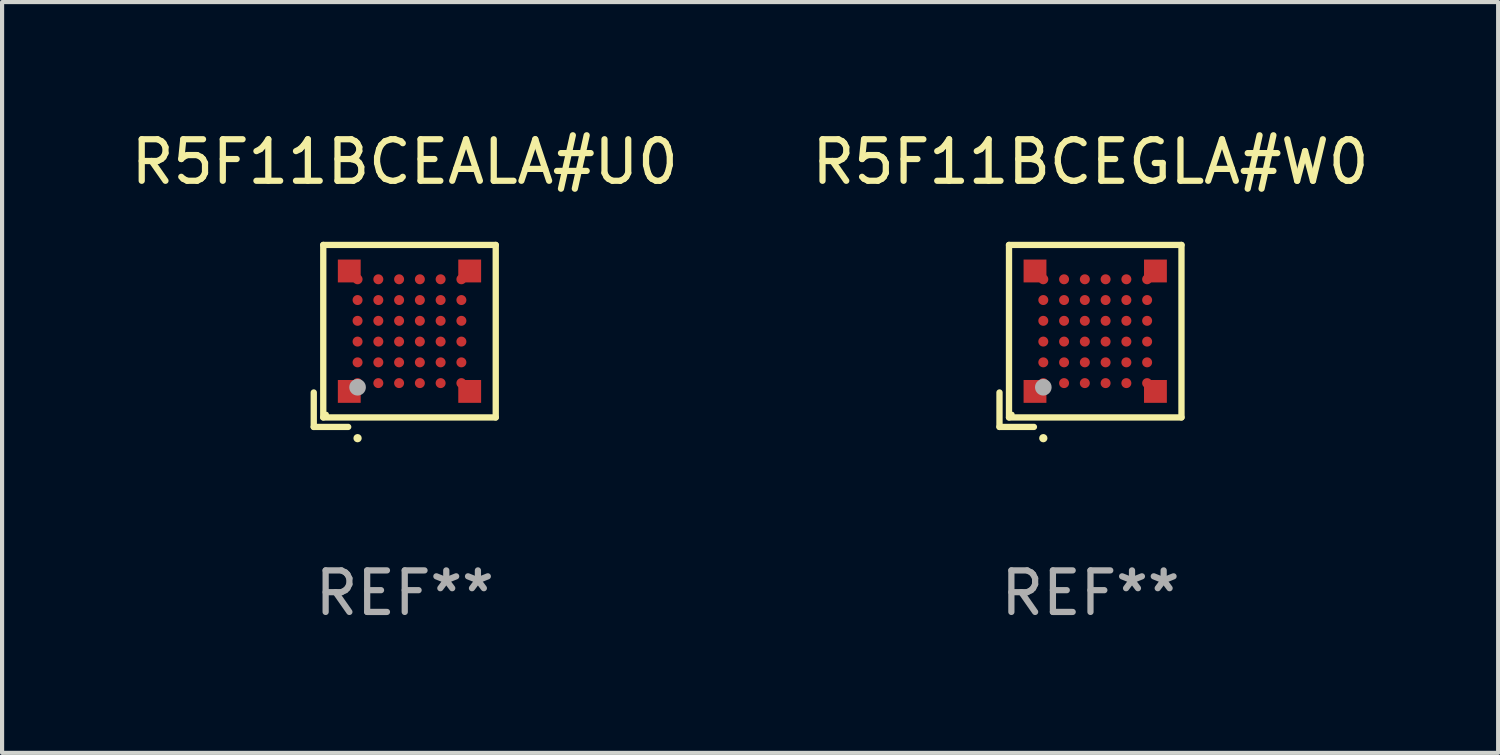
<source format=kicad_pcb>
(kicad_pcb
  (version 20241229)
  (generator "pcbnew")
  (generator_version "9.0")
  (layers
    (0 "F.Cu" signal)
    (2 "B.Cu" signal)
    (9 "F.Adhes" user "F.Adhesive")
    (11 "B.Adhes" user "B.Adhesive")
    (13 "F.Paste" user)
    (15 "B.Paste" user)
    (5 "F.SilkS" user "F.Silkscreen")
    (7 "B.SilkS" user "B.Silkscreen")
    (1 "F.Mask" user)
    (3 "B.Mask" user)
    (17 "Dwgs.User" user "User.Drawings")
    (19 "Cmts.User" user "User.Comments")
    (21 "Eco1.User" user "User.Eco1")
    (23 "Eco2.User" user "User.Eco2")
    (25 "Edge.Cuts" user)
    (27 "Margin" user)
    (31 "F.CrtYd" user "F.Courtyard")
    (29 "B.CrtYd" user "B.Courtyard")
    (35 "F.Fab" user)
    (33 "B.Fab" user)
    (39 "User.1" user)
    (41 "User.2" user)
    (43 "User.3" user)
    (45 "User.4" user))
  (footprint "R5F11BCEGLA#W0"
    (layer "F.Cu")
    (at 23.208 5.039)
    (property "Reference" "R5F11BCEGLA#W0" (at 0 -4.191 0) (layer "F.SilkS") (effects (font (size 1 1) (thickness 0.15))))
    (attr through_hole)
    (fp_line (start -2.191 1.362) (end -2.191 2.191) (stroke (width 0.152) (type solid)) (layer "F.SilkS"))
    (fp_line (start -2.191 2.191) (end -1.362 2.191) (stroke (width 0.152) (type solid)) (layer "F.SilkS"))
    (fp_line (start -1.962 -2.191) (end 2.191 -2.191) (stroke (width 0.152) (type solid)) (layer "F.SilkS"))
    (fp_line (start -1.962 1.962) (end -1.962 -2.191) (stroke (width 0.152) (type solid)) (layer "F.SilkS"))
    (fp_line (start 2.191 -2.191) (end 2.191 1.962) (stroke (width 0.152) (type solid)) (layer "F.SilkS"))
    (fp_line (start 2.191 1.962) (end -1.962 1.962) (stroke (width 0.152) (type solid)) (layer "F.SilkS"))
    (fp_circle (center -1.886 1.886) (end -1.856 1.886) (stroke (width 0.06) (type solid)) (fill no) (layer "F.SilkS"))
    (fp_circle (center -1.136 2.462) (end -1.086 2.462) (stroke (width 0.1) (type solid)) (fill no) (layer "F.SilkS"))
    (fp_circle (center -1.136 1.236) (end -1.036 1.236) (stroke (width 0.2) (type solid)) (fill no) (layer "F.Fab"))
    (fp_text user "REF**" (at 0 6.191 0) (layer "F.Fab") (effects (font (size 1 1) (thickness 0.15))))
    (pad "A1" smd rect (at -1.336 1.336) (size 0.55 0.55) (layers "F.Cu" "F.Mask" "F.Paste"))
    (pad "A1" smd circle (at -1.136 1.136) (size 0.24 0.24) (layers "F.Cu" "F.Mask" "F.Paste"))
    (pad "A2" smd circle (at -1.136 0.636) (size 0.24 0.24) (layers "F.Cu" "F.Mask" "F.Paste"))
    (pad "A3" smd circle (at -1.136 0.136) (size 0.24 0.24) (layers "F.Cu" "F.Mask" "F.Paste"))
    (pad "A4" smd circle (at -1.136 -0.364) (size 0.24 0.24) (layers "F.Cu" "F.Mask" "F.Paste"))
    (pad "A5" smd circle (at -1.136 -0.864) (size 0.24 0.24) (layers "F.Cu" "F.Mask" "F.Paste"))
    (pad "A6" smd rect (at -1.336 -1.564) (size 0.55 0.55) (layers "F.Cu" "F.Mask" "F.Paste"))
    (pad "A6" smd circle (at -1.136 -1.364) (size 0.24 0.24) (layers "F.Cu" "F.Mask" "F.Paste"))
    (pad "B1" smd circle (at -0.636 1.136) (size 0.24 0.24) (layers "F.Cu" "F.Mask" "F.Paste"))
    (pad "B2" smd circle (at -0.636 0.636) (size 0.24 0.24) (layers "F.Cu" "F.Mask" "F.Paste"))
    (pad "B3" smd circle (at -0.636 0.136) (size 0.24 0.24) (layers "F.Cu" "F.Mask" "F.Paste"))
    (pad "B4" smd circle (at -0.636 -0.364) (size 0.24 0.24) (layers "F.Cu" "F.Mask" "F.Paste"))
    (pad "B5" smd circle (at -0.636 -0.864) (size 0.24 0.24) (layers "F.Cu" "F.Mask" "F.Paste"))
    (pad "B6" smd circle (at -0.636 -1.364) (size 0.24 0.24) (layers "F.Cu" "F.Mask" "F.Paste"))
    (pad "C1" smd circle (at -0.136 1.136) (size 0.24 0.24) (layers "F.Cu" "F.Mask" "F.Paste"))
    (pad "C2" smd circle (at -0.136 0.636) (size 0.24 0.24) (layers "F.Cu" "F.Mask" "F.Paste"))
    (pad "C3" smd circle (at -0.136 0.136) (size 0.24 0.24) (layers "F.Cu" "F.Mask" "F.Paste"))
    (pad "C4" smd circle (at -0.136 -0.364) (size 0.24 0.24) (layers "F.Cu" "F.Mask" "F.Paste"))
    (pad "C5" smd circle (at -0.136 -0.864) (size 0.24 0.24) (layers "F.Cu" "F.Mask" "F.Paste"))
    (pad "C6" smd circle (at -0.136 -1.364) (size 0.24 0.24) (layers "F.Cu" "F.Mask" "F.Paste"))
    (pad "D1" smd circle (at 0.364 1.136) (size 0.24 0.24) (layers "F.Cu" "F.Mask" "F.Paste"))
    (pad "D2" smd circle (at 0.364 0.636) (size 0.24 0.24) (layers "F.Cu" "F.Mask" "F.Paste"))
    (pad "D3" smd circle (at 0.364 0.136) (size 0.24 0.24) (layers "F.Cu" "F.Mask" "F.Paste"))
    (pad "D4" smd circle (at 0.364 -0.364) (size 0.24 0.24) (layers "F.Cu" "F.Mask" "F.Paste"))
    (pad "D5" smd circle (at 0.364 -0.864) (size 0.24 0.24) (layers "F.Cu" "F.Mask" "F.Paste"))
    (pad "D6" smd circle (at 0.364 -1.364) (size 0.24 0.24) (layers "F.Cu" "F.Mask" "F.Paste"))
    (pad "E1" smd circle (at 0.864 1.136) (size 0.24 0.24) (layers "F.Cu" "F.Mask" "F.Paste"))
    (pad "E2" smd circle (at 0.864 0.636) (size 0.24 0.24) (layers "F.Cu" "F.Mask" "F.Paste"))
    (pad "E3" smd circle (at 0.864 0.136) (size 0.24 0.24) (layers "F.Cu" "F.Mask" "F.Paste"))
    (pad "E4" smd circle (at 0.864 -0.364) (size 0.24 0.24) (layers "F.Cu" "F.Mask" "F.Paste"))
    (pad "E5" smd circle (at 0.864 -0.864) (size 0.24 0.24) (layers "F.Cu" "F.Mask" "F.Paste"))
    (pad "E6" smd circle (at 0.864 -1.364) (size 0.24 0.24) (layers "F.Cu" "F.Mask" "F.Paste"))
    (pad "F1" smd circle (at 1.364 1.136) (size 0.24 0.24) (layers "F.Cu" "F.Mask" "F.Paste"))
    (pad "F1" smd rect (at 1.564 1.336) (size 0.55 0.55) (layers "F.Cu" "F.Mask" "F.Paste"))
    (pad "F2" smd circle (at 1.364 0.636) (size 0.24 0.24) (layers "F.Cu" "F.Mask" "F.Paste"))
    (pad "F3" smd circle (at 1.364 0.136) (size 0.24 0.24) (layers "F.Cu" "F.Mask" "F.Paste"))
    (pad "F4" smd circle (at 1.364 -0.364) (size 0.24 0.24) (layers "F.Cu" "F.Mask" "F.Paste"))
    (pad "F5" smd circle (at 1.364 -0.864) (size 0.24 0.24) (layers "F.Cu" "F.Mask" "F.Paste"))
    (pad "F6" smd circle (at 1.364 -1.364) (size 0.24 0.24) (layers "F.Cu" "F.Mask" "F.Paste"))
    (pad "F6" smd rect (at 1.564 -1.564) (size 0.55 0.55) (layers "F.Cu" "F.Mask" "F.Paste")))
  (footprint "R5F11BCEALA#U0"
    (layer "F.Cu")
    (at 6.696 5.039)
    (property "Reference" "R5F11BCEALA#U0" (at 0 -4.191 0) (layer "F.SilkS") (effects (font (size 1 1) (thickness 0.15))))
    (attr through_hole)
    (fp_line (start -2.191 1.362) (end -2.191 2.191) (stroke (width 0.152) (type solid)) (layer "F.SilkS"))
    (fp_line (start -2.191 2.191) (end -1.362 2.191) (stroke (width 0.152) (type solid)) (layer "F.SilkS"))
    (fp_line (start -1.962 -2.191) (end 2.191 -2.191) (stroke (width 0.152) (type solid)) (layer "F.SilkS"))
    (fp_line (start -1.962 1.962) (end -1.962 -2.191) (stroke (width 0.152) (type solid)) (layer "F.SilkS"))
    (fp_line (start 2.191 -2.191) (end 2.191 1.962) (stroke (width 0.152) (type solid)) (layer "F.SilkS"))
    (fp_line (start 2.191 1.962) (end -1.962 1.962) (stroke (width 0.152) (type solid)) (layer "F.SilkS"))
    (fp_circle (center -1.886 1.886) (end -1.856 1.886) (stroke (width 0.06) (type solid)) (fill no) (layer "F.SilkS"))
    (fp_circle (center -1.136 2.462) (end -1.086 2.462) (stroke (width 0.1) (type solid)) (fill no) (layer "F.SilkS"))
    (fp_circle (center -1.136 1.236) (end -1.036 1.236) (stroke (width 0.2) (type solid)) (fill no) (layer "F.Fab"))
    (fp_text user "REF**" (at 0 6.191 0) (layer "F.Fab") (effects (font (size 1 1) (thickness 0.15))))
    (pad "A1" smd rect (at -1.336 1.336) (size 0.55 0.55) (layers "F.Cu" "F.Mask" "F.Paste"))
    (pad "A1" smd circle (at -1.136 1.136) (size 0.24 0.24) (layers "F.Cu" "F.Mask" "F.Paste"))
    (pad "A2" smd circle (at -1.136 0.636) (size 0.24 0.24) (layers "F.Cu" "F.Mask" "F.Paste"))
    (pad "A3" smd circle (at -1.136 0.136) (size 0.24 0.24) (layers "F.Cu" "F.Mask" "F.Paste"))
    (pad "A4" smd circle (at -1.136 -0.364) (size 0.24 0.24) (layers "F.Cu" "F.Mask" "F.Paste"))
    (pad "A5" smd circle (at -1.136 -0.864) (size 0.24 0.24) (layers "F.Cu" "F.Mask" "F.Paste"))
    (pad "A6" smd rect (at -1.336 -1.564) (size 0.55 0.55) (layers "F.Cu" "F.Mask" "F.Paste"))
    (pad "A6" smd circle (at -1.136 -1.364) (size 0.24 0.24) (layers "F.Cu" "F.Mask" "F.Paste"))
    (pad "B1" smd circle (at -0.636 1.136) (size 0.24 0.24) (layers "F.Cu" "F.Mask" "F.Paste"))
    (pad "B2" smd circle (at -0.636 0.636) (size 0.24 0.24) (layers "F.Cu" "F.Mask" "F.Paste"))
    (pad "B3" smd circle (at -0.636 0.136) (size 0.24 0.24) (layers "F.Cu" "F.Mask" "F.Paste"))
    (pad "B4" smd circle (at -0.636 -0.364) (size 0.24 0.24) (layers "F.Cu" "F.Mask" "F.Paste"))
    (pad "B5" smd circle (at -0.636 -0.864) (size 0.24 0.24) (layers "F.Cu" "F.Mask" "F.Paste"))
    (pad "B6" smd circle (at -0.636 -1.364) (size 0.24 0.24) (layers "F.Cu" "F.Mask" "F.Paste"))
    (pad "C1" smd circle (at -0.136 1.136) (size 0.24 0.24) (layers "F.Cu" "F.Mask" "F.Paste"))
    (pad "C2" smd circle (at -0.136 0.636) (size 0.24 0.24) (layers "F.Cu" "F.Mask" "F.Paste"))
    (pad "C3" smd circle (at -0.136 0.136) (size 0.24 0.24) (layers "F.Cu" "F.Mask" "F.Paste"))
    (pad "C4" smd circle (at -0.136 -0.364) (size 0.24 0.24) (layers "F.Cu" "F.Mask" "F.Paste"))
    (pad "C5" smd circle (at -0.136 -0.864) (size 0.24 0.24) (layers "F.Cu" "F.Mask" "F.Paste"))
    (pad "C6" smd circle (at -0.136 -1.364) (size 0.24 0.24) (layers "F.Cu" "F.Mask" "F.Paste"))
    (pad "D1" smd circle (at 0.364 1.136) (size 0.24 0.24) (layers "F.Cu" "F.Mask" "F.Paste"))
    (pad "D2" smd circle (at 0.364 0.636) (size 0.24 0.24) (layers "F.Cu" "F.Mask" "F.Paste"))
    (pad "D3" smd circle (at 0.364 0.136) (size 0.24 0.24) (layers "F.Cu" "F.Mask" "F.Paste"))
    (pad "D4" smd circle (at 0.364 -0.364) (size 0.24 0.24) (layers "F.Cu" "F.Mask" "F.Paste"))
    (pad "D5" smd circle (at 0.364 -0.864) (size 0.24 0.24) (layers "F.Cu" "F.Mask" "F.Paste"))
    (pad "D6" smd circle (at 0.364 -1.364) (size 0.24 0.24) (layers "F.Cu" "F.Mask" "F.Paste"))
    (pad "E1" smd circle (at 0.864 1.136) (size 0.24 0.24) (layers "F.Cu" "F.Mask" "F.Paste"))
    (pad "E2" smd circle (at 0.864 0.636) (size 0.24 0.24) (layers "F.Cu" "F.Mask" "F.Paste"))
    (pad "E3" smd circle (at 0.864 0.136) (size 0.24 0.24) (layers "F.Cu" "F.Mask" "F.Paste"))
    (pad "E4" smd circle (at 0.864 -0.364) (size 0.24 0.24) (layers "F.Cu" "F.Mask" "F.Paste"))
    (pad "E5" smd circle (at 0.864 -0.864) (size 0.24 0.24) (layers "F.Cu" "F.Mask" "F.Paste"))
    (pad "E6" smd circle (at 0.864 -1.364) (size 0.24 0.24) (layers "F.Cu" "F.Mask" "F.Paste"))
    (pad "F1" smd circle (at 1.364 1.136) (size 0.24 0.24) (layers "F.Cu" "F.Mask" "F.Paste"))
    (pad "F1" smd rect (at 1.564 1.336) (size 0.55 0.55) (layers "F.Cu" "F.Mask" "F.Paste"))
    (pad "F2" smd circle (at 1.364 0.636) (size 0.24 0.24) (layers "F.Cu" "F.Mask" "F.Paste"))
    (pad "F3" smd circle (at 1.364 0.136) (size 0.24 0.24) (layers "F.Cu" "F.Mask" "F.Paste"))
    (pad "F4" smd circle (at 1.364 -0.364) (size 0.24 0.24) (layers "F.Cu" "F.Mask" "F.Paste"))
    (pad "F5" smd circle (at 1.364 -0.864) (size 0.24 0.24) (layers "F.Cu" "F.Mask" "F.Paste"))
    (pad "F6" smd circle (at 1.364 -1.364) (size 0.24 0.24) (layers "F.Cu" "F.Mask" "F.Paste"))
    (pad "F6" smd rect (at 1.564 -1.564) (size 0.55 0.55) (layers "F.Cu" "F.Mask" "F.Paste")))
  (gr_rect
    (start -3 -3)
    (end 33.024 15.078)
    (stroke (width 0.1) (type default))
    (fill no)
    (layer "Edge.Cuts")))
</source>
